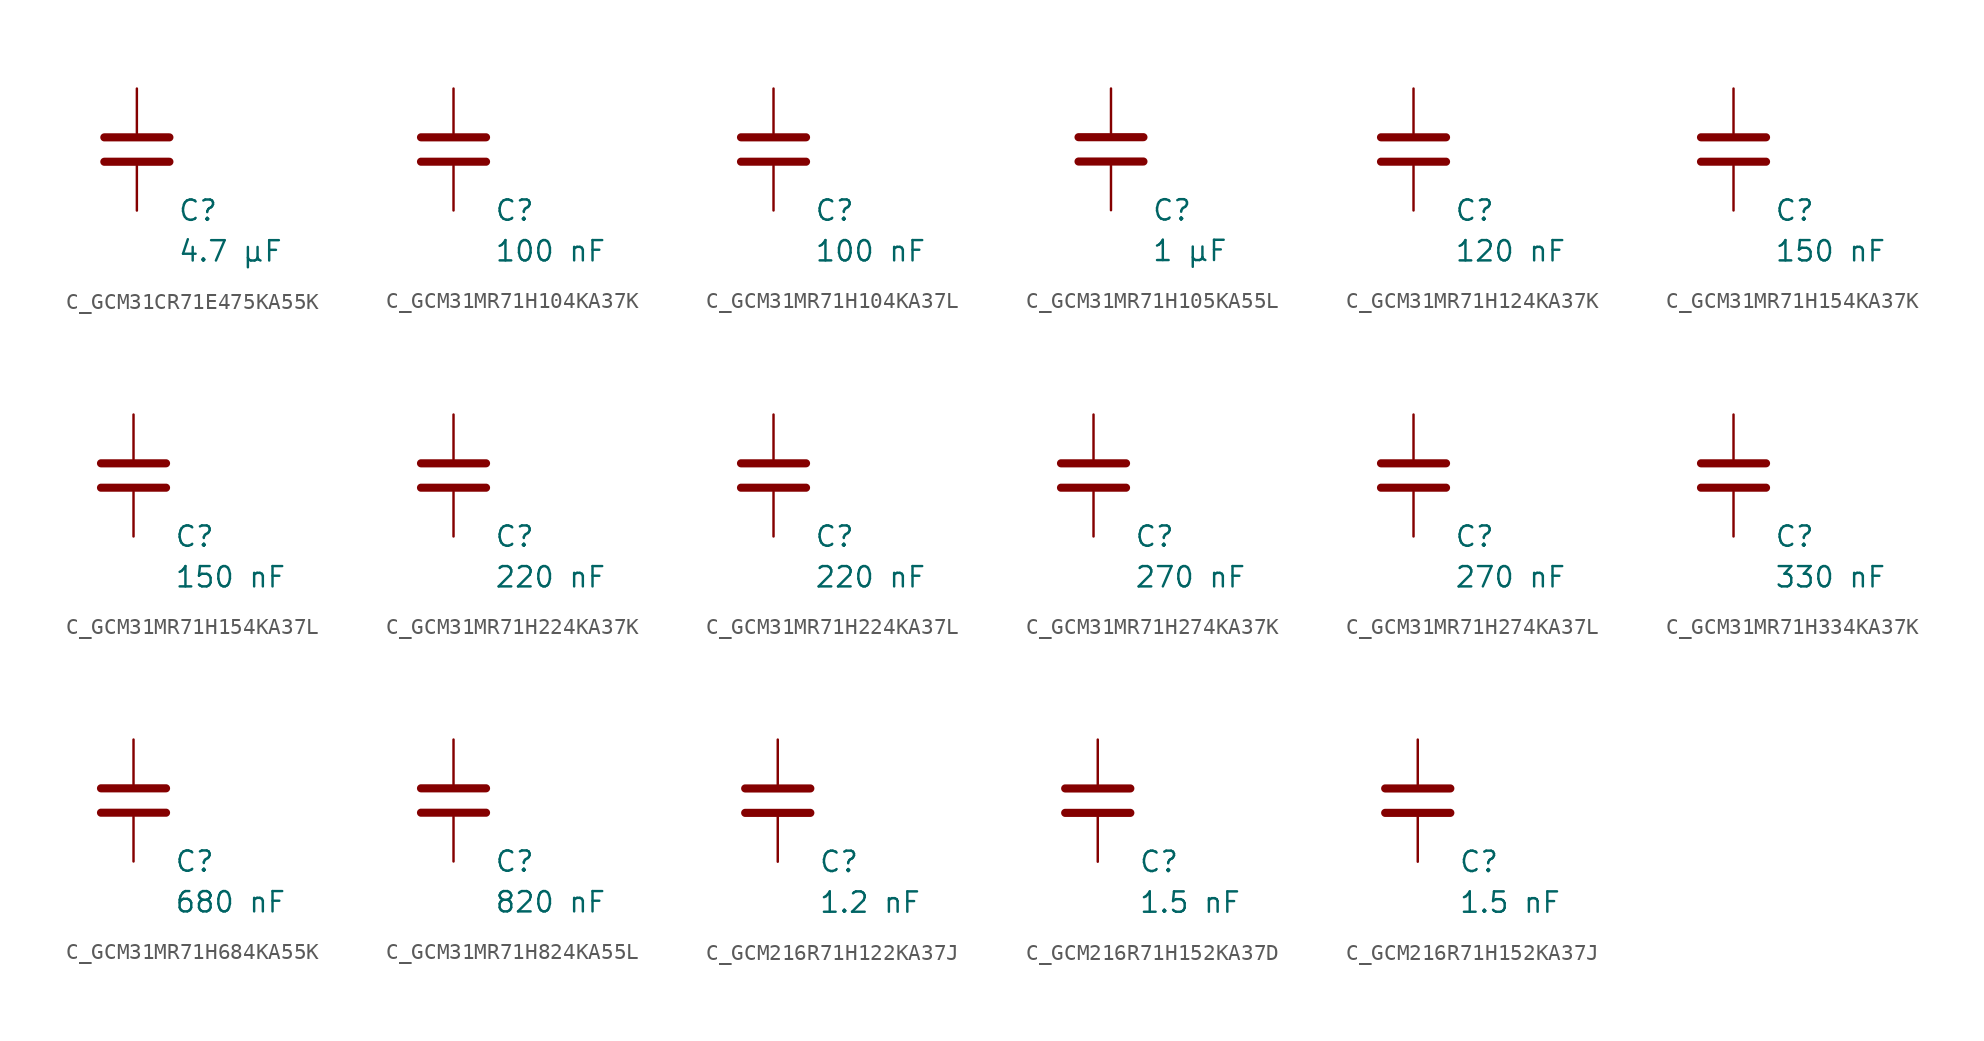
<source format=kicad_sym>
(kicad_symbol_lib
  (version 20231120)
  (generator "kicad_symbol_editor")
  (generator_version "8.0")
  (symbol "C_GCM31CR71E475KA55K"
    (pin_numbers hide)
    (pin_names
      (offset 0.254))
    (property "Reference" "C"
      (at 2.54 -3.81 0)
      (effects (font (size 1.27 1.27)) (justify left))
      (show_name no))
    (property "Value" "4.7 µF"
      (at 2.54 -6.35 0)
      (effects (font (size 1.27 1.27)) (justify left))
      (show_name no))
    (symbol "C_GCM31CR71E475KA55K_0_1"
      (polyline (pts (xy -2.032 -0.762) (xy 2.032 -0.762)) (stroke (width 0.508) (type default)) (fill (type none)))
      (polyline (pts (xy -2.032 0.762) (xy 2.032 0.762)) (stroke (width 0.508) (type default)) (fill (type none))))
    (symbol "C_GCM31CR71E475KA55K_1_1"
      (pin passive line (at 0 3.81 270) (length 2.794) (name "~" (effects (font (size 1.27 1.27)))) (number "1" (effects (font (size 1.27 1.27)))))
      (pin passive line (at 0 -3.81 90) (length 2.794) (name "~" (effects (font (size 1.27 1.27)))) (number "2" (effects (font (size 1.27 1.27)))))))
  (symbol "C_GCM31MR71H104KA37K"
    (pin_numbers hide)
    (pin_names
      (offset 0.254))
    (property "Reference" "C"
      (at 2.54 -3.81 0)
      (effects (font (size 1.27 1.27)) (justify left))
      (show_name no))
    (property "Value" "100 nF"
      (at 2.54 -6.35 0)
      (effects (font (size 1.27 1.27)) (justify left))
      (show_name no))
    (symbol "C_GCM31MR71H104KA37K_0_1"
      (polyline (pts (xy -2.032 -0.762) (xy 2.032 -0.762)) (stroke (width 0.508) (type default)) (fill (type none)))
      (polyline (pts (xy -2.032 0.762) (xy 2.032 0.762)) (stroke (width 0.508) (type default)) (fill (type none))))
    (symbol "C_GCM31MR71H104KA37K_1_1"
      (pin passive line (at 0 3.81 270) (length 2.794) (name "~" (effects (font (size 1.27 1.27)))) (number "1" (effects (font (size 1.27 1.27)))))
      (pin passive line (at 0 -3.81 90) (length 2.794) (name "~" (effects (font (size 1.27 1.27)))) (number "2" (effects (font (size 1.27 1.27)))))))
  (symbol "C_GCM31MR71H104KA37L"
    (pin_numbers hide)
    (pin_names
      (offset 0.254))
    (property "Reference" "C"
      (at 2.54 -3.81 0)
      (effects (font (size 1.27 1.27)) (justify left))
      (show_name no))
    (property "Value" "100 nF"
      (at 2.54 -6.35 0)
      (effects (font (size 1.27 1.27)) (justify left))
      (show_name no))
    (symbol "C_GCM31MR71H104KA37L_0_1"
      (polyline (pts (xy -2.032 -0.762) (xy 2.032 -0.762)) (stroke (width 0.508) (type default)) (fill (type none)))
      (polyline (pts (xy -2.032 0.762) (xy 2.032 0.762)) (stroke (width 0.508) (type default)) (fill (type none))))
    (symbol "C_GCM31MR71H104KA37L_1_1"
      (pin passive line (at 0 3.81 270) (length 2.794) (name "~" (effects (font (size 1.27 1.27)))) (number "1" (effects (font (size 1.27 1.27)))))
      (pin passive line (at 0 -3.81 90) (length 2.794) (name "~" (effects (font (size 1.27 1.27)))) (number "2" (effects (font (size 1.27 1.27)))))))
  (symbol "C_GCM31MR71H105KA55L"
    (pin_numbers hide)
    (pin_names
      (offset 0.254))
    (property "Reference" "C"
      (at 2.54 -3.81 0)
      (effects (font (size 1.27 1.27)) (justify left))
      (show_name no))
    (property "Value" "1 µF"
      (at 2.54 -6.35 0)
      (effects (font (size 1.27 1.27)) (justify left))
      (show_name no))
    (symbol "C_GCM31MR71H105KA55L_0_1"
      (polyline (pts (xy -2.032 -0.762) (xy 2.032 -0.762)) (stroke (width 0.508) (type default)) (fill (type none)))
      (polyline (pts (xy -2.032 0.762) (xy 2.032 0.762)) (stroke (width 0.508) (type default)) (fill (type none))))
    (symbol "C_GCM31MR71H105KA55L_1_1"
      (pin passive line (at 0 3.81 270) (length 2.794) (name "~" (effects (font (size 1.27 1.27)))) (number "1" (effects (font (size 1.27 1.27)))))
      (pin passive line (at 0 -3.81 90) (length 2.794) (name "~" (effects (font (size 1.27 1.27)))) (number "2" (effects (font (size 1.27 1.27)))))))
  (symbol "C_GCM31MR71H124KA37K"
    (pin_numbers hide)
    (pin_names
      (offset 0.254))
    (property "Reference" "C"
      (at 2.54 -3.81 0)
      (effects (font (size 1.27 1.27)) (justify left))
      (show_name no))
    (property "Value" "120 nF"
      (at 2.54 -6.35 0)
      (effects (font (size 1.27 1.27)) (justify left))
      (show_name no))
    (symbol "C_GCM31MR71H124KA37K_0_1"
      (polyline (pts (xy -2.032 -0.762) (xy 2.032 -0.762)) (stroke (width 0.508) (type default)) (fill (type none)))
      (polyline (pts (xy -2.032 0.762) (xy 2.032 0.762)) (stroke (width 0.508) (type default)) (fill (type none))))
    (symbol "C_GCM31MR71H124KA37K_1_1"
      (pin passive line (at 0 3.81 270) (length 2.794) (name "~" (effects (font (size 1.27 1.27)))) (number "1" (effects (font (size 1.27 1.27)))))
      (pin passive line (at 0 -3.81 90) (length 2.794) (name "~" (effects (font (size 1.27 1.27)))) (number "2" (effects (font (size 1.27 1.27)))))))
  (symbol "C_GCM31MR71H154KA37K"
    (pin_numbers hide)
    (pin_names
      (offset 0.254))
    (property "Reference" "C"
      (at 2.54 -3.81 0)
      (effects (font (size 1.27 1.27)) (justify left))
      (show_name no))
    (property "Value" "150 nF"
      (at 2.54 -6.35 0)
      (effects (font (size 1.27 1.27)) (justify left))
      (show_name no))
    (symbol "C_GCM31MR71H154KA37K_0_1"
      (polyline (pts (xy -2.032 -0.762) (xy 2.032 -0.762)) (stroke (width 0.508) (type default)) (fill (type none)))
      (polyline (pts (xy -2.032 0.762) (xy 2.032 0.762)) (stroke (width 0.508) (type default)) (fill (type none))))
    (symbol "C_GCM31MR71H154KA37K_1_1"
      (pin passive line (at 0 3.81 270) (length 2.794) (name "~" (effects (font (size 1.27 1.27)))) (number "1" (effects (font (size 1.27 1.27)))))
      (pin passive line (at 0 -3.81 90) (length 2.794) (name "~" (effects (font (size 1.27 1.27)))) (number "2" (effects (font (size 1.27 1.27)))))))
  (symbol "C_GCM31MR71H154KA37L"
    (pin_numbers hide)
    (pin_names
      (offset 0.254))
    (property "Reference" "C"
      (at 2.54 -3.81 0)
      (effects (font (size 1.27 1.27)) (justify left))
      (show_name no))
    (property "Value" "150 nF"
      (at 2.54 -6.35 0)
      (effects (font (size 1.27 1.27)) (justify left))
      (show_name no))
    (symbol "C_GCM31MR71H154KA37L_0_1"
      (polyline (pts (xy -2.032 -0.762) (xy 2.032 -0.762)) (stroke (width 0.508) (type default)) (fill (type none)))
      (polyline (pts (xy -2.032 0.762) (xy 2.032 0.762)) (stroke (width 0.508) (type default)) (fill (type none))))
    (symbol "C_GCM31MR71H154KA37L_1_1"
      (pin passive line (at 0 3.81 270) (length 2.794) (name "~" (effects (font (size 1.27 1.27)))) (number "1" (effects (font (size 1.27 1.27)))))
      (pin passive line (at 0 -3.81 90) (length 2.794) (name "~" (effects (font (size 1.27 1.27)))) (number "2" (effects (font (size 1.27 1.27)))))))
  (symbol "C_GCM31MR71H224KA37K"
    (pin_numbers hide)
    (pin_names
      (offset 0.254))
    (property "Reference" "C"
      (at 2.54 -3.81 0)
      (effects (font (size 1.27 1.27)) (justify left))
      (show_name no))
    (property "Value" "220 nF"
      (at 2.54 -6.35 0)
      (effects (font (size 1.27 1.27)) (justify left))
      (show_name no))
    (symbol "C_GCM31MR71H224KA37K_0_1"
      (polyline (pts (xy -2.032 -0.762) (xy 2.032 -0.762)) (stroke (width 0.508) (type default)) (fill (type none)))
      (polyline (pts (xy -2.032 0.762) (xy 2.032 0.762)) (stroke (width 0.508) (type default)) (fill (type none))))
    (symbol "C_GCM31MR71H224KA37K_1_1"
      (pin passive line (at 0 3.81 270) (length 2.794) (name "~" (effects (font (size 1.27 1.27)))) (number "1" (effects (font (size 1.27 1.27)))))
      (pin passive line (at 0 -3.81 90) (length 2.794) (name "~" (effects (font (size 1.27 1.27)))) (number "2" (effects (font (size 1.27 1.27)))))))
  (symbol "C_GCM31MR71H224KA37L"
    (pin_numbers hide)
    (pin_names
      (offset 0.254))
    (property "Reference" "C"
      (at 2.54 -3.81 0)
      (effects (font (size 1.27 1.27)) (justify left))
      (show_name no))
    (property "Value" "220 nF"
      (at 2.54 -6.35 0)
      (effects (font (size 1.27 1.27)) (justify left))
      (show_name no))
    (symbol "C_GCM31MR71H224KA37L_0_1"
      (polyline (pts (xy -2.032 -0.762) (xy 2.032 -0.762)) (stroke (width 0.508) (type default)) (fill (type none)))
      (polyline (pts (xy -2.032 0.762) (xy 2.032 0.762)) (stroke (width 0.508) (type default)) (fill (type none))))
    (symbol "C_GCM31MR71H224KA37L_1_1"
      (pin passive line (at 0 3.81 270) (length 2.794) (name "~" (effects (font (size 1.27 1.27)))) (number "1" (effects (font (size 1.27 1.27)))))
      (pin passive line (at 0 -3.81 90) (length 2.794) (name "~" (effects (font (size 1.27 1.27)))) (number "2" (effects (font (size 1.27 1.27)))))))
  (symbol "C_GCM31MR71H274KA37K"
    (pin_numbers hide)
    (pin_names
      (offset 0.254))
    (property "Reference" "C"
      (at 2.54 -3.81 0)
      (effects (font (size 1.27 1.27)) (justify left))
      (show_name no))
    (property "Value" "270 nF"
      (at 2.54 -6.35 0)
      (effects (font (size 1.27 1.27)) (justify left))
      (show_name no))
    (symbol "C_GCM31MR71H274KA37K_0_1"
      (polyline (pts (xy -2.032 -0.762) (xy 2.032 -0.762)) (stroke (width 0.508) (type default)) (fill (type none)))
      (polyline (pts (xy -2.032 0.762) (xy 2.032 0.762)) (stroke (width 0.508) (type default)) (fill (type none))))
    (symbol "C_GCM31MR71H274KA37K_1_1"
      (pin passive line (at 0 3.81 270) (length 2.794) (name "~" (effects (font (size 1.27 1.27)))) (number "1" (effects (font (size 1.27 1.27)))))
      (pin passive line (at 0 -3.81 90) (length 2.794) (name "~" (effects (font (size 1.27 1.27)))) (number "2" (effects (font (size 1.27 1.27)))))))
  (symbol "C_GCM31MR71H274KA37L"
    (pin_numbers hide)
    (pin_names
      (offset 0.254))
    (property "Reference" "C"
      (at 2.54 -3.81 0)
      (effects (font (size 1.27 1.27)) (justify left))
      (show_name no))
    (property "Value" "270 nF"
      (at 2.54 -6.35 0)
      (effects (font (size 1.27 1.27)) (justify left))
      (show_name no))
    (symbol "C_GCM31MR71H274KA37L_0_1"
      (polyline (pts (xy -2.032 -0.762) (xy 2.032 -0.762)) (stroke (width 0.508) (type default)) (fill (type none)))
      (polyline (pts (xy -2.032 0.762) (xy 2.032 0.762)) (stroke (width 0.508) (type default)) (fill (type none))))
    (symbol "C_GCM31MR71H274KA37L_1_1"
      (pin passive line (at 0 3.81 270) (length 2.794) (name "~" (effects (font (size 1.27 1.27)))) (number "1" (effects (font (size 1.27 1.27)))))
      (pin passive line (at 0 -3.81 90) (length 2.794) (name "~" (effects (font (size 1.27 1.27)))) (number "2" (effects (font (size 1.27 1.27)))))))
  (symbol "C_GCM31MR71H334KA37K"
    (pin_numbers hide)
    (pin_names
      (offset 0.254))
    (property "Reference" "C"
      (at 2.54 -3.81 0)
      (effects (font (size 1.27 1.27)) (justify left))
      (show_name no))
    (property "Value" "330 nF"
      (at 2.54 -6.35 0)
      (effects (font (size 1.27 1.27)) (justify left))
      (show_name no))
    (symbol "C_GCM31MR71H334KA37K_0_1"
      (polyline (pts (xy -2.032 -0.762) (xy 2.032 -0.762)) (stroke (width 0.508) (type default)) (fill (type none)))
      (polyline (pts (xy -2.032 0.762) (xy 2.032 0.762)) (stroke (width 0.508) (type default)) (fill (type none))))
    (symbol "C_GCM31MR71H334KA37K_1_1"
      (pin passive line (at 0 3.81 270) (length 2.794) (name "~" (effects (font (size 1.27 1.27)))) (number "1" (effects (font (size 1.27 1.27)))))
      (pin passive line (at 0 -3.81 90) (length 2.794) (name "~" (effects (font (size 1.27 1.27)))) (number "2" (effects (font (size 1.27 1.27)))))))
  (symbol "C_GCM31MR71H684KA55K"
    (pin_numbers hide)
    (pin_names
      (offset 0.254))
    (property "Reference" "C"
      (at 2.54 -3.81 0)
      (effects (font (size 1.27 1.27)) (justify left))
      (show_name no))
    (property "Value" "680 nF"
      (at 2.54 -6.35 0)
      (effects (font (size 1.27 1.27)) (justify left))
      (show_name no))
    (symbol "C_GCM31MR71H684KA55K_0_1"
      (polyline (pts (xy -2.032 -0.762) (xy 2.032 -0.762)) (stroke (width 0.508) (type default)) (fill (type none)))
      (polyline (pts (xy -2.032 0.762) (xy 2.032 0.762)) (stroke (width 0.508) (type default)) (fill (type none))))
    (symbol "C_GCM31MR71H684KA55K_1_1"
      (pin passive line (at 0 3.81 270) (length 2.794) (name "~" (effects (font (size 1.27 1.27)))) (number "1" (effects (font (size 1.27 1.27)))))
      (pin passive line (at 0 -3.81 90) (length 2.794) (name "~" (effects (font (size 1.27 1.27)))) (number "2" (effects (font (size 1.27 1.27)))))))
  (symbol "C_GCM31MR71H824KA55L"
    (pin_numbers hide)
    (pin_names
      (offset 0.254))
    (property "Reference" "C"
      (at 2.54 -3.81 0)
      (effects (font (size 1.27 1.27)) (justify left))
      (show_name no))
    (property "Value" "820 nF"
      (at 2.54 -6.35 0)
      (effects (font (size 1.27 1.27)) (justify left))
      (show_name no))
    (symbol "C_GCM31MR71H824KA55L_0_1"
      (polyline (pts (xy -2.032 -0.762) (xy 2.032 -0.762)) (stroke (width 0.508) (type default)) (fill (type none)))
      (polyline (pts (xy -2.032 0.762) (xy 2.032 0.762)) (stroke (width 0.508) (type default)) (fill (type none))))
    (symbol "C_GCM31MR71H824KA55L_1_1"
      (pin passive line (at 0 3.81 270) (length 2.794) (name "~" (effects (font (size 1.27 1.27)))) (number "1" (effects (font (size 1.27 1.27)))))
      (pin passive line (at 0 -3.81 90) (length 2.794) (name "~" (effects (font (size 1.27 1.27)))) (number "2" (effects (font (size 1.27 1.27)))))))
  (symbol "C_GCM216R71H122KA37J"
    (pin_numbers hide)
    (pin_names
      (offset 0.254))
    (property "Reference" "C"
      (at 2.54 -3.81 0)
      (effects (font (size 1.27 1.27)) (justify left))
      (show_name no))
    (property "Value" "1.2 nF"
      (at 2.54 -6.35 0)
      (effects (font (size 1.27 1.27)) (justify left))
      (show_name no))
    (symbol "C_GCM216R71H122KA37J_0_1"
      (polyline (pts (xy -2.032 -0.762) (xy 2.032 -0.762)) (stroke (width 0.508) (type default)) (fill (type none)))
      (polyline (pts (xy -2.032 0.762) (xy 2.032 0.762)) (stroke (width 0.508) (type default)) (fill (type none))))
    (symbol "C_GCM216R71H122KA37J_1_1"
      (pin passive line (at 0 3.81 270) (length 2.794) (name "~" (effects (font (size 1.27 1.27)))) (number "1" (effects (font (size 1.27 1.27)))))
      (pin passive line (at 0 -3.81 90) (length 2.794) (name "~" (effects (font (size 1.27 1.27)))) (number "2" (effects (font (size 1.27 1.27)))))))
  (symbol "C_GCM216R71H152KA37D"
    (pin_numbers hide)
    (pin_names
      (offset 0.254))
    (property "Reference" "C"
      (at 2.54 -3.81 0)
      (effects (font (size 1.27 1.27)) (justify left))
      (show_name no))
    (property "Value" "1.5 nF"
      (at 2.54 -6.35 0)
      (effects (font (size 1.27 1.27)) (justify left))
      (show_name no))
    (symbol "C_GCM216R71H152KA37D_0_1"
      (polyline (pts (xy -2.032 -0.762) (xy 2.032 -0.762)) (stroke (width 0.508) (type default)) (fill (type none)))
      (polyline (pts (xy -2.032 0.762) (xy 2.032 0.762)) (stroke (width 0.508) (type default)) (fill (type none))))
    (symbol "C_GCM216R71H152KA37D_1_1"
      (pin passive line (at 0 3.81 270) (length 2.794) (name "~" (effects (font (size 1.27 1.27)))) (number "1" (effects (font (size 1.27 1.27)))))
      (pin passive line (at 0 -3.81 90) (length 2.794) (name "~" (effects (font (size 1.27 1.27)))) (number "2" (effects (font (size 1.27 1.27)))))))
  (symbol "C_GCM216R71H152KA37J"
    (pin_numbers hide)
    (pin_names
      (offset 0.254))
    (property "Reference" "C"
      (at 2.54 -3.81 0)
      (effects (font (size 1.27 1.27)) (justify left))
      (show_name no))
    (property "Value" "1.5 nF"
      (at 2.54 -6.35 0)
      (effects (font (size 1.27 1.27)) (justify left))
      (show_name no))
    (symbol "C_GCM216R71H152KA37J_0_1"
      (polyline (pts (xy -2.032 -0.762) (xy 2.032 -0.762)) (stroke (width 0.508) (type default)) (fill (type none)))
      (polyline (pts (xy -2.032 0.762) (xy 2.032 0.762)) (stroke (width 0.508) (type default)) (fill (type none))))
    (symbol "C_GCM216R71H152KA37J_1_1"
      (pin passive line (at 0 3.81 270) (length 2.794) (name "~" (effects (font (size 1.27 1.27)))) (number "1" (effects (font (size 1.27 1.27)))))
      (pin passive line (at 0 -3.81 90) (length 2.794) (name "~" (effects (font (size 1.27 1.27)))) (number "2" (effects (font (size 1.27 1.27))))))))
</source>
